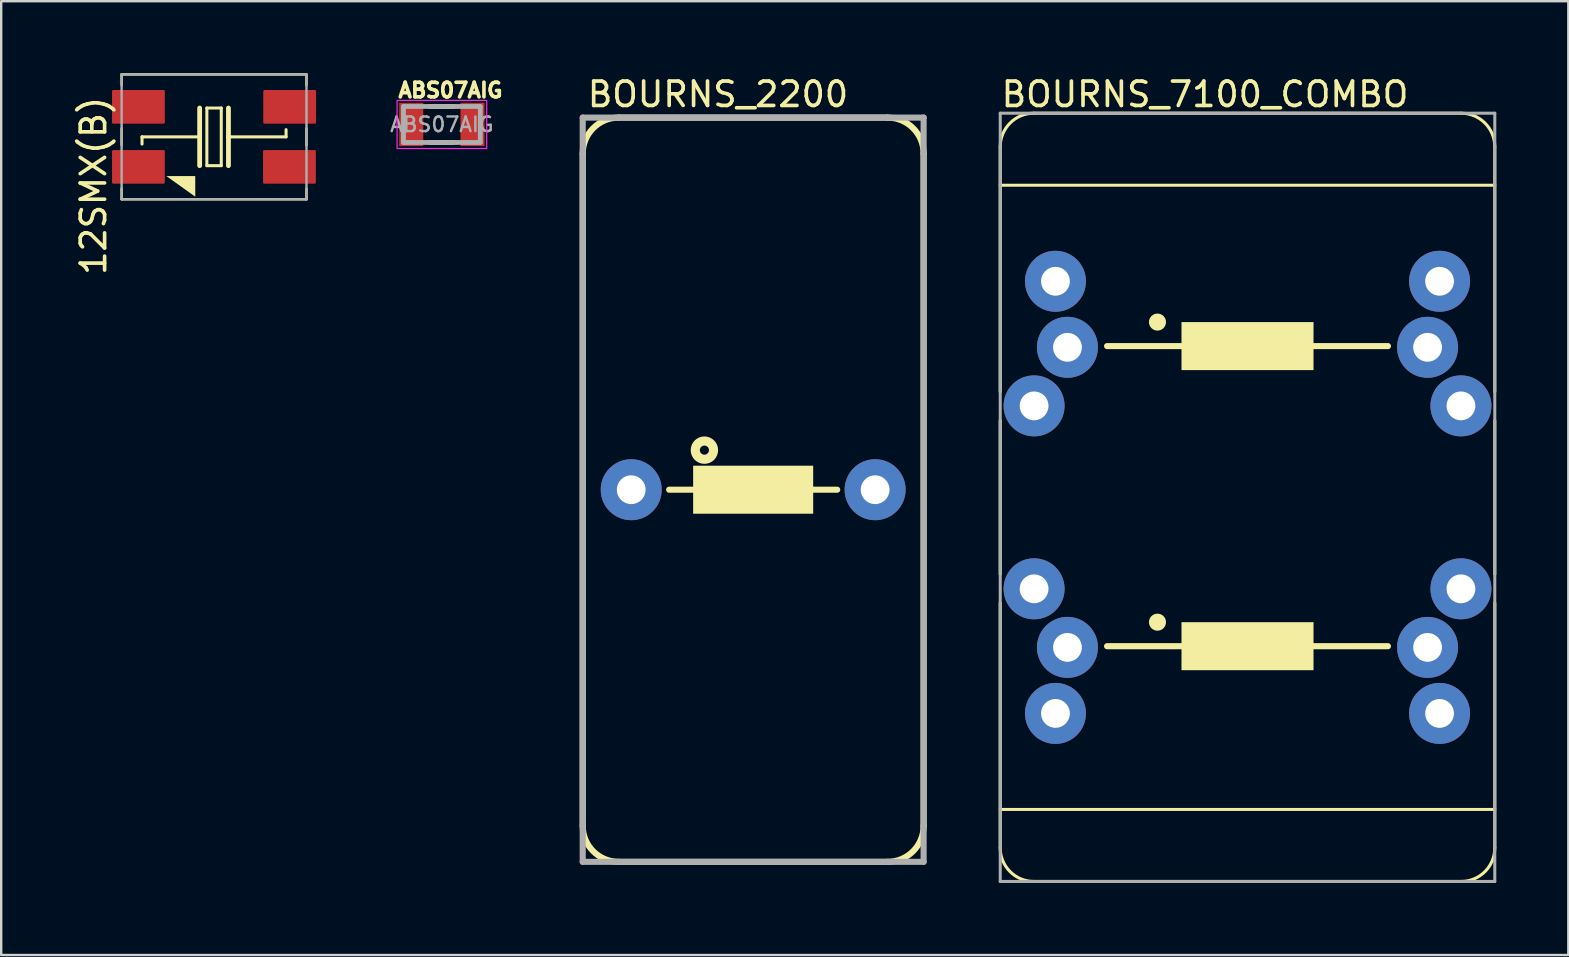
<source format=kicad_pcb>
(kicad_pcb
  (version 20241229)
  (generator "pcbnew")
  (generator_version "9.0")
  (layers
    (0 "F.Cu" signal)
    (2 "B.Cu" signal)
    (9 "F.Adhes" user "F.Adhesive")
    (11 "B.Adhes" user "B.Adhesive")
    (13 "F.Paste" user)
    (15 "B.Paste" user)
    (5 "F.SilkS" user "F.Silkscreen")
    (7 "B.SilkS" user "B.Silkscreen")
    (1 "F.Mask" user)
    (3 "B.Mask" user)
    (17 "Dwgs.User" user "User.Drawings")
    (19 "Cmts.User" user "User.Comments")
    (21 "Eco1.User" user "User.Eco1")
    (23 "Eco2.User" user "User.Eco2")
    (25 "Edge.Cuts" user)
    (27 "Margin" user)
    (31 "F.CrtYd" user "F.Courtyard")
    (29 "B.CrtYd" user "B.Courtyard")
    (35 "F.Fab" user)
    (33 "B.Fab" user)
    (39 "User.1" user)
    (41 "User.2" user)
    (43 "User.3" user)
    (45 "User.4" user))
  (footprint "12SMX(B)"
    (layer "F.Cu")
    (at 5.866 2.65)
    (property "Reference" "12SMX(B)" (at -5.616 -1.76 90) (layer "F.SilkS") (effects (font (size 1.016 1.016) (thickness 0.152)) (justify right top)))
    (attr smd)
    (fp_line (start -3.85 -2.15) (end -3.85 -2.6) (stroke (width 0.1) (type solid)) (layer "F.SilkS"))
    (fp_line (start -3.85 -0.35) (end -3.85 0.35) (stroke (width 0.1) (type solid)) (layer "F.SilkS"))
    (fp_line (start -3.85 2.15) (end -3.85 2.6) (stroke (width 0.1) (type solid)) (layer "F.SilkS"))
    (fp_line (start -3 0) (end -3 0.3) (stroke (width 0.127) (type solid)) (layer "F.SilkS"))
    (fp_line (start -0.7 0) (end -3 0) (stroke (width 0.127) (type solid)) (layer "F.SilkS"))
    (fp_line (start -0.6 -1.2) (end -0.6 1.2) (stroke (width 0.2) (type solid)) (layer "F.SilkS"))
    (fp_line (start -0.3 -1.2) (end 0.3 -1.2) (stroke (width 0.127) (type solid)) (layer "F.SilkS"))
    (fp_line (start -0.3 1.2) (end -0.3 -1.2) (stroke (width 0.127) (type solid)) (layer "F.SilkS"))
    (fp_line (start 0.3 -1.2) (end 0.3 1.2) (stroke (width 0.127) (type solid)) (layer "F.SilkS"))
    (fp_line (start 0.3 1.2) (end -0.3 1.2) (stroke (width 0.127) (type solid)) (layer "F.SilkS"))
    (fp_line (start 0.6 -1.2) (end 0.6 0) (stroke (width 0.2) (type solid)) (layer "F.SilkS"))
    (fp_line (start 0.6 0) (end 0.6 1.2) (stroke (width 0.2) (type solid)) (layer "F.SilkS"))
    (fp_line (start 0.6 0) (end 3 0) (stroke (width 0.127) (type solid)) (layer "F.SilkS"))
    (fp_line (start 3 0) (end 3 -0.3) (stroke (width 0.127) (type solid)) (layer "F.SilkS"))
    (fp_line (start 3.85 -2.6) (end -3.85 -2.6) (stroke (width 0.1) (type solid)) (layer "F.SilkS"))
    (fp_line (start 3.85 -2.15) (end 3.85 -2.6) (stroke (width 0.1) (type solid)) (layer "F.SilkS"))
    (fp_line (start 3.85 -0.35) (end 3.85 0.35) (stroke (width 0.1) (type solid)) (layer "F.SilkS"))
    (fp_line (start 3.85 2.6) (end -3.85 2.6) (stroke (width 0.1) (type solid)) (layer "F.SilkS"))
    (fp_line (start 3.85 2.6) (end 3.85 2.15) (stroke (width 0.1) (type solid)) (layer "F.SilkS"))
    (fp_poly (pts (xy -0.783 2.493) (xy -1.986 1.634) (xy -0.783 1.634)) (stroke (width 0) (type default)) (fill yes) (layer "F.SilkS"))
    (fp_line (start -3.85 -2.6) (end -3.85 2.6) (stroke (width 0.1) (type solid)) (layer "F.Fab"))
    (fp_line (start -3.85 -2.6) (end 3.85 -2.6) (stroke (width 0.1) (type solid)) (layer "F.Fab"))
    (fp_line (start -3.85 2.6) (end 3.85 2.6) (stroke (width 0.1) (type solid)) (layer "F.Fab"))
    (fp_line (start 3.85 -2.6) (end 3.85 2.6) (stroke (width 0.1) (type solid)) (layer "F.Fab"))
    (pad "1" smd roundrect (at -3.15 1.25) (size 2.2 1.4) (layers "F.Cu" "F.Mask" "F.Paste") (roundrect_rratio 0.036))
    (pad "2" smd roundrect (at 3.14 1.25) (size 2.2 1.4) (layers "F.Cu" "F.Mask" "F.Paste") (roundrect_rratio 0.036))
    (pad "3" smd roundrect (at 3.15 -1.25) (size 2.2 1.4) (layers "F.Cu" "F.Mask" "F.Paste") (roundrect_rratio 0.036))
    (pad "4" smd roundrect (at -3.15 -1.25) (size 2.2 1.4) (layers "F.Cu" "F.Mask" "F.Paste") (roundrect_rratio 0.036)))
  (footprint "BOURNS_2200"
    (layer "F.Cu")
    (at 28.322 17.348)
    (property "Reference" "BOURNS_2200" (at -6.985 -15.875 0) (layer "F.SilkS") (effects (font (size 1.016 1.016) (thickness 0.152)) (justify left bottom)))
    (attr through_hole)
    (fp_line (start -7.1 -14) (end -7.1 14) (stroke (width 0.254) (type solid)) (layer "F.SilkS"))
    (fp_line (start -5.6 -15.5) (end 5.6 -15.5) (stroke (width 0.254) (type solid)) (layer "F.SilkS"))
    (fp_line (start -3.5 0) (end -1.9 0) (stroke (width 0.254) (type solid)) (layer "F.SilkS"))
    (fp_line (start 1.9 0) (end 3.5 0) (stroke (width 0.254) (type solid)) (layer "F.SilkS"))
    (fp_line (start 5.6 15.5) (end -5.6 15.5) (stroke (width 0.254) (type solid)) (layer "F.SilkS"))
    (fp_line (start 7.1 14) (end 7.1 -14) (stroke (width 0.254) (type solid)) (layer "F.SilkS"))
    (fp_arc (start -7.1 -14) (mid -6.66066 -15.06066) (end -5.6 -15.5) (stroke (width 0.254) (type solid)) (layer "F.SilkS"))
    (fp_arc (start -5.6 15.5) (mid -6.66066 15.06066) (end -7.1 14) (stroke (width 0.254) (type solid)) (layer "F.SilkS"))
    (fp_arc (start 5.6 -15.5) (mid 6.66066 -15.06066) (end 7.1 -14) (stroke (width 0.254) (type solid)) (layer "F.SilkS"))
    (fp_arc (start 7.1 14) (mid 6.66066 15.06066) (end 5.6 15.5) (stroke (width 0.254) (type solid)) (layer "F.SilkS"))
    (fp_circle (center -2.031 -1.648) (end -1.841 -1.648) (stroke (width 0.381) (type solid)) (fill no) (layer "F.SilkS"))
    (fp_poly (pts (xy -2.5 1) (xy 2.5 1) (xy 2.5 -1) (xy -2.5 -1)) (stroke (width 0) (type default)) (fill yes) (layer "F.SilkS"))
    (fp_line (start -7.1 -15.5) (end 7.1 -15.5) (stroke (width 0.254) (type solid)) (layer "F.Fab"))
    (fp_line (start -7.1 15.5) (end -7.1 -15.5) (stroke (width 0.254) (type solid)) (layer "F.Fab"))
    (fp_line (start 7.1 15.5) (end -7.1 15.5) (stroke (width 0.254) (type solid)) (layer "F.Fab"))
    (fp_line (start 7.1 15.5) (end 7.1 -15.5) (stroke (width 0.254) (type solid)) (layer "F.Fab"))
    (pad "1" thru_hole circle (at -5.08 0) (size 2.54 2.54) (drill 1.2) (layers "*.Cu" "*.Mask"))
    (pad "2" thru_hole circle (at 5.08 0) (size 2.54 2.54) (drill 1.2) (layers "*.Cu" "*.Mask")))
  (footprint "ABS07AIG"
    (layer "F.Cu")
    (at 15.356 2.134)
    (property "Reference" "ABS07AIG" (at -1.892 -1.067 0) (layer "F.SilkS") (effects (font (size 0.61 0.61) (thickness 0.152) (bold yes)) (justify left bottom)))
    (attr smd)
    (fp_line (start -0.5 -0.75) (end 0.5 -0.75) (stroke (width 0.2) (type solid)) (layer "F.SilkS"))
    (fp_line (start -0.5 0.75) (end 0.5 0.75) (stroke (width 0.2) (type solid)) (layer "F.SilkS"))
    (fp_rect (start -1.867 -1.003) (end 1.867 1.003) (stroke (width 0.05) (type solid)) (fill no) (layer "F.CrtYd"))
    (fp_line (start -1.6 -0.75) (end 1.6 -0.75) (stroke (width 0.2) (type solid)) (layer "F.Fab"))
    (fp_line (start -1.6 0.75) (end -1.6 -0.75) (stroke (width 0.2) (type solid)) (layer "F.Fab"))
    (fp_line (start 1.6 -0.75) (end 1.6 0.75) (stroke (width 0.2) (type solid)) (layer "F.Fab"))
    (fp_line (start 1.6 0.75) (end -1.6 0.75) (stroke (width 0.2) (type solid)) (layer "F.Fab"))
    (fp_text user "${REFERENCE}" (at 0 0 0) (layer "F.Fab") (effects (font (size 0.61 0.61) (thickness 0.102) (bold yes))))
    (pad "1" smd rect (at -1.275 0) (size 1 1.8) (layers "F.Cu" "F.Mask" "F.Paste"))
    (pad "2" smd rect (at 1.275 0) (size 1 1.8) (layers "F.Cu" "F.Mask" "F.Paste")))
  (footprint "BOURNS_7100_COMBO"
    (layer "F.Cu")
    (at 48.913 17.666)
    (property "Reference" "BOURNS_7100_COMBO" (at -10.338 -16.192 0) (layer "F.SilkS") (effects (font (size 1.016 1.016) (thickness 0.152)) (justify left bottom)))
    (attr through_hole)
    (fp_line (start -10.3 -13) (end 10.3 -13) (stroke (width 0.127) (type solid)) (layer "F.SilkS"))
    (fp_line (start -10.3 -4.4) (end -10.3 -14.6) (stroke (width 0.127) (type solid)) (layer "F.SilkS"))
    (fp_line (start -10.3 3.2) (end -10.3 -3.2) (stroke (width 0.127) (type solid)) (layer "F.SilkS"))
    (fp_line (start -10.3 13) (end 10.3 13) (stroke (width 0.127) (type solid)) (layer "F.SilkS"))
    (fp_line (start -10.3 14.6) (end -10.3 4.4) (stroke (width 0.127) (type solid)) (layer "F.SilkS"))
    (fp_line (start -8.9 -16) (end 8.9 -16) (stroke (width 0.127) (type solid)) (layer "F.SilkS"))
    (fp_line (start -8.9 16) (end 8.9 16) (stroke (width 0.127) (type solid)) (layer "F.SilkS"))
    (fp_line (start -5.85 -6.3) (end 5.85 -6.3) (stroke (width 0.254) (type solid)) (layer "F.SilkS"))
    (fp_line (start -5.85 6.2) (end 5.85 6.2) (stroke (width 0.254) (type solid)) (layer "F.SilkS"))
    (fp_line (start 10.3 -4.4) (end 10.3 -14.6) (stroke (width 0.127) (type solid)) (layer "F.SilkS"))
    (fp_line (start 10.3 3.2) (end 10.3 -3.2) (stroke (width 0.127) (type solid)) (layer "F.SilkS"))
    (fp_line (start 10.3 14.6) (end 10.3 4.4) (stroke (width 0.127) (type solid)) (layer "F.SilkS"))
    (fp_arc (start -10.3 -14.6) (mid -9.889949 -15.589949) (end -8.9 -16) (stroke (width 0.127) (type solid)) (layer "F.SilkS"))
    (fp_arc (start -8.9 16) (mid -9.889949 15.589949) (end -10.3 14.6) (stroke (width 0.127) (type solid)) (layer "F.SilkS"))
    (fp_arc (start 8.9 -16) (mid 9.889949 -15.589949) (end 10.3 -14.6) (stroke (width 0.127) (type solid)) (layer "F.SilkS"))
    (fp_arc (start 10.3 14.6) (mid 9.889949 15.589949) (end 8.9 16) (stroke (width 0.127) (type solid)) (layer "F.SilkS"))
    (fp_circle (center -3.75 -7.3) (end -3.57 -7.3) (stroke (width 0.35) (type solid)) (fill no) (layer "F.SilkS"))
    (fp_circle (center -3.75 5.2) (end -3.57 5.2) (stroke (width 0.35) (type solid)) (fill no) (layer "F.SilkS"))
    (fp_poly (pts (xy -2.75 -5.3) (xy 2.75 -5.3) (xy 2.75 -7.3) (xy -2.75 -7.3)) (stroke (width 0) (type default)) (fill yes) (layer "F.SilkS"))
    (fp_poly (pts (xy -2.75 7.2) (xy 2.75 7.2) (xy 2.75 5.2) (xy -2.75 5.2)) (stroke (width 0) (type default)) (fill yes) (layer "F.SilkS"))
    (fp_line (start -10.3 -16) (end -10.3 16) (stroke (width 0.127) (type solid)) (layer "F.Fab"))
    (fp_line (start -10.3 16) (end 10.3 16) (stroke (width 0.127) (type solid)) (layer "F.Fab"))
    (fp_line (start 10.3 -16) (end -10.3 -16) (stroke (width 0.127) (type solid)) (layer "F.Fab"))
    (fp_line (start 10.3 16) (end 10.3 -16) (stroke (width 0.127) (type solid)) (layer "F.Fab"))
    (pad "1" thru_hole circle (at -8.89 3.81) (size 2.54 2.54) (drill 1.2) (layers "*.Cu" "*.Mask"))
    (pad "1" thru_hole circle (at -8 9) (size 2.54 2.54) (drill 1.2) (layers "*.Cu" "*.Mask"))
    (pad "1" thru_hole circle (at -7.5 6.25) (size 2.54 2.54) (drill 1.2) (layers "*.Cu" "*.Mask"))
    (pad "2" thru_hole circle (at 7.5 6.25) (size 2.54 2.54) (drill 1.2) (layers "*.Cu" "*.Mask"))
    (pad "2" thru_hole circle (at 8 9) (size 2.54 2.54) (drill 1.2) (layers "*.Cu" "*.Mask"))
    (pad "2" thru_hole circle (at 8.89 3.81) (size 2.54 2.54) (drill 1.2) (layers "*.Cu" "*.Mask"))
    (pad "3" thru_hole circle (at -8.89 -3.81) (size 2.54 2.54) (drill 1.2) (layers "*.Cu" "*.Mask"))
    (pad "3" thru_hole circle (at -8 -9) (size 2.54 2.54) (drill 1.2) (layers "*.Cu" "*.Mask"))
    (pad "3" thru_hole circle (at -7.5 -6.25) (size 2.54 2.54) (drill 1.2) (layers "*.Cu" "*.Mask"))
    (pad "4" thru_hole circle (at 7.5 -6.25) (size 2.54 2.54) (drill 1.2) (layers "*.Cu" "*.Mask"))
    (pad "4" thru_hole circle (at 8 -9) (size 2.54 2.54) (drill 1.2) (layers "*.Cu" "*.Mask"))
    (pad "4" thru_hole circle (at 8.89 -3.81) (size 2.54 2.54) (drill 1.2) (layers "*.Cu" "*.Mask")))
  (gr_rect
    (start -3 -3)
    (end 62.276 36.729)
    (stroke (width 0.1) (type default))
    (fill no)
    (layer "Edge.Cuts")))
</source>
